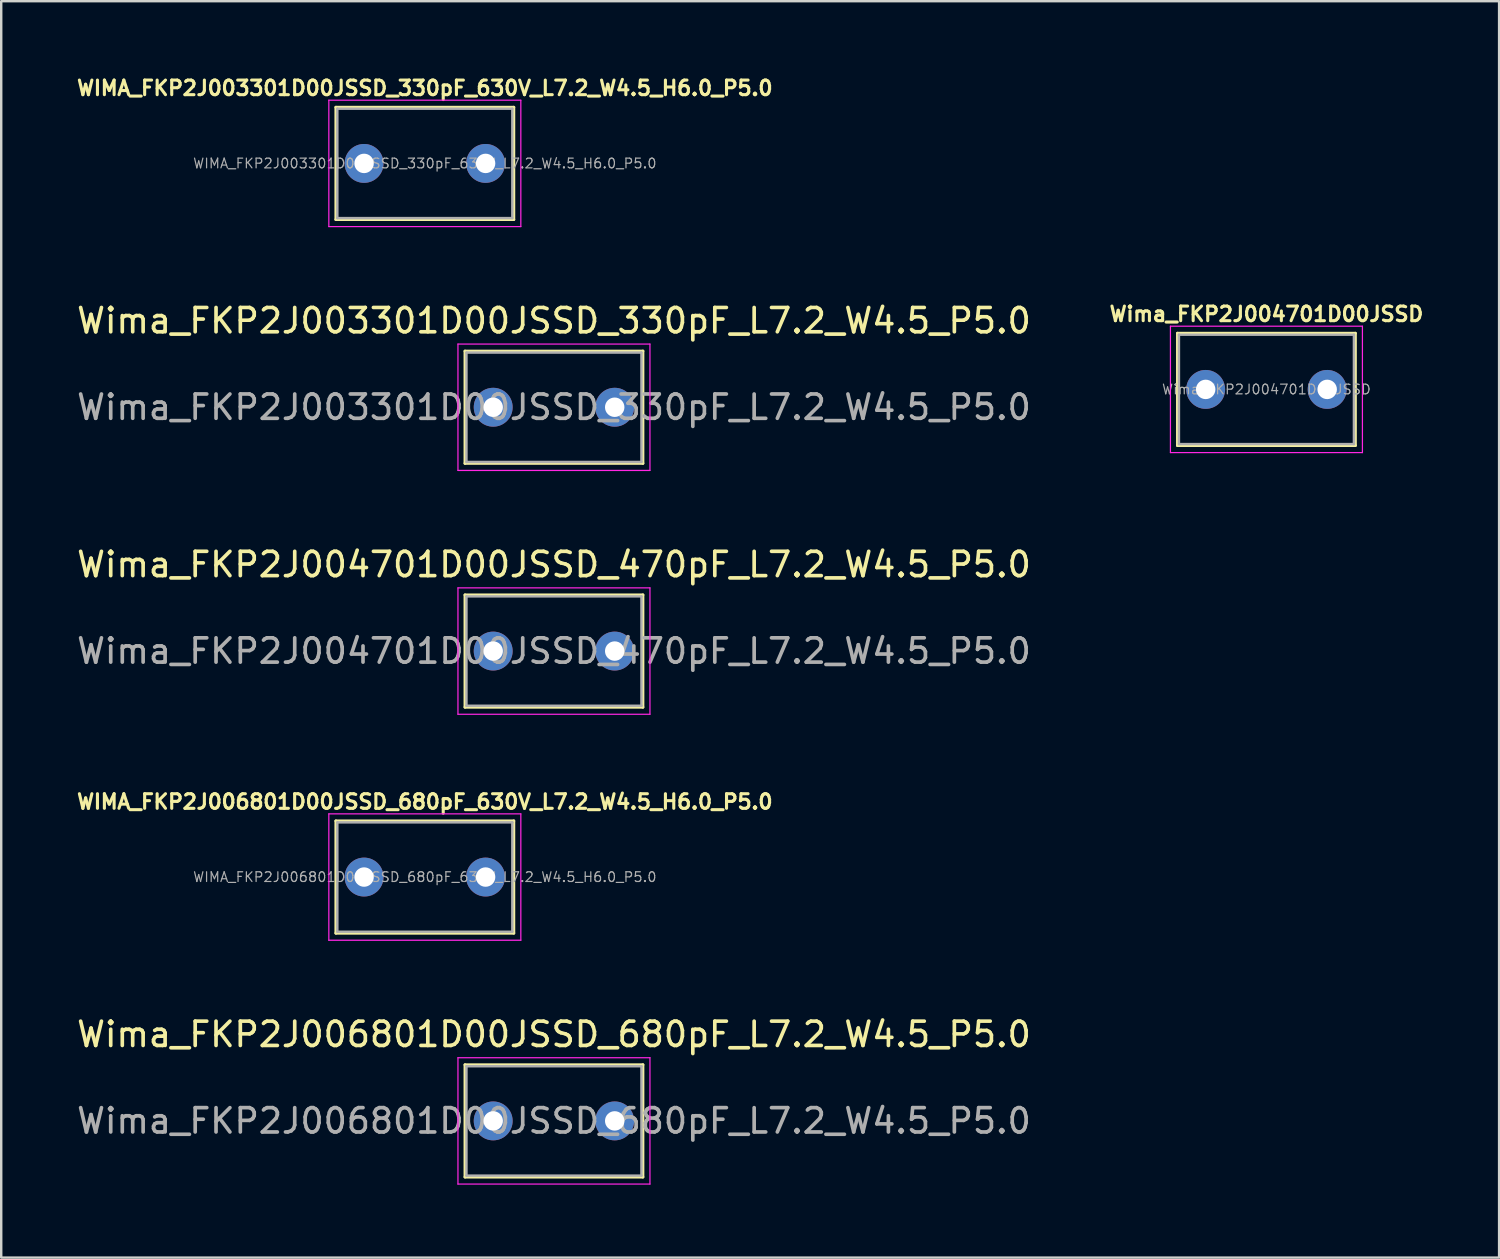
<source format=kicad_pcb>
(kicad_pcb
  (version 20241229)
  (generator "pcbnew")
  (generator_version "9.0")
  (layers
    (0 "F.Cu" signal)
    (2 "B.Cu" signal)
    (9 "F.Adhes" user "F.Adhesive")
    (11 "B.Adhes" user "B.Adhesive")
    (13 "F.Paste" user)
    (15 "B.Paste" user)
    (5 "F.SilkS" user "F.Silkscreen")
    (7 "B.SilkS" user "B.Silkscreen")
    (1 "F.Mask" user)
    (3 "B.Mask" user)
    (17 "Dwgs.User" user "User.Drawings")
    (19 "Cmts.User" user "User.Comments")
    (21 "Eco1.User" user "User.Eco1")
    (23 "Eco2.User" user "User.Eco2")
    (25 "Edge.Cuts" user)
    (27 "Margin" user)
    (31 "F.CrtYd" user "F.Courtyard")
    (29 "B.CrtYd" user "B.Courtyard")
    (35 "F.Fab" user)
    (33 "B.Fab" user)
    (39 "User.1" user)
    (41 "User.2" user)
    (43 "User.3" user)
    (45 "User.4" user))
  (footprint "Wima_FKP2J006801D00JSSD_680pF_L7.2_W4.5_P5.0"
    (layer "F.Cu")
    (at 17.244 43.073)
    (property "Reference" "Wima_FKP2J006801D00JSSD_680pF_L7.2_W4.5_P5.0" (at 2.5 -3.56 0) (layer "F.SilkS") (effects (font (size 1 1) (thickness 0.15))))
    (attr through_hole)
    (fp_line (start -1.16 -2.31) (end -1.16 2.31) (stroke (width 0.12) (type solid)) (layer "F.SilkS"))
    (fp_line (start -1.16 -2.31) (end 6.16 -2.31) (stroke (width 0.12) (type solid)) (layer "F.SilkS"))
    (fp_line (start -1.16 2.31) (end 6.16 2.31) (stroke (width 0.12) (type solid)) (layer "F.SilkS"))
    (fp_line (start 6.16 -2.31) (end 6.16 2.31) (stroke (width 0.12) (type solid)) (layer "F.SilkS"))
    (fp_line (start -1.45 -2.6) (end -1.45 2.6) (stroke (width 0.05) (type solid)) (layer "F.CrtYd"))
    (fp_line (start -1.45 2.6) (end 6.45 2.6) (stroke (width 0.05) (type solid)) (layer "F.CrtYd"))
    (fp_line (start 6.45 -2.6) (end -1.45 -2.6) (stroke (width 0.05) (type solid)) (layer "F.CrtYd"))
    (fp_line (start 6.45 2.6) (end 6.45 -2.6) (stroke (width 0.05) (type solid)) (layer "F.CrtYd"))
    (fp_line (start -1.1 -2.25) (end -1.1 2.25) (stroke (width 0.1) (type solid)) (layer "F.Fab"))
    (fp_line (start -1.1 2.25) (end 6.1 2.25) (stroke (width 0.1) (type solid)) (layer "F.Fab"))
    (fp_line (start 6.1 -2.25) (end -1.1 -2.25) (stroke (width 0.1) (type solid)) (layer "F.Fab"))
    (fp_line (start 6.1 2.25) (end 6.1 -2.25) (stroke (width 0.1) (type solid)) (layer "F.Fab"))
    (fp_text user "${REFERENCE}" (at 2.5 0 0) (layer "F.Fab") (effects (font (size 1 1) (thickness 0.15))))
    (pad "1" thru_hole circle (at 0 0) (size 1.6 1.6) (drill 0.8) (layers "*.Cu" "*.Mask"))
    (pad "2" thru_hole circle (at 5 0) (size 1.6 1.6) (drill 0.8) (layers "*.Cu" "*.Mask")))
  (footprint "Wima_FKP2J004701D00JSSD_470pF_L7.2_W4.5_P5.0"
    (layer "F.Cu")
    (at 17.244 23.74)
    (property "Reference" "Wima_FKP2J004701D00JSSD_470pF_L7.2_W4.5_P5.0" (at 2.5 -3.56 0) (layer "F.SilkS") (effects (font (size 1 1) (thickness 0.15))))
    (attr through_hole)
    (fp_line (start -1.16 -2.31) (end -1.16 2.31) (stroke (width 0.12) (type solid)) (layer "F.SilkS"))
    (fp_line (start -1.16 -2.31) (end 6.16 -2.31) (stroke (width 0.12) (type solid)) (layer "F.SilkS"))
    (fp_line (start -1.16 2.31) (end 6.16 2.31) (stroke (width 0.12) (type solid)) (layer "F.SilkS"))
    (fp_line (start 6.16 -2.31) (end 6.16 2.31) (stroke (width 0.12) (type solid)) (layer "F.SilkS"))
    (fp_line (start -1.45 -2.6) (end -1.45 2.6) (stroke (width 0.05) (type solid)) (layer "F.CrtYd"))
    (fp_line (start -1.45 2.6) (end 6.45 2.6) (stroke (width 0.05) (type solid)) (layer "F.CrtYd"))
    (fp_line (start 6.45 -2.6) (end -1.45 -2.6) (stroke (width 0.05) (type solid)) (layer "F.CrtYd"))
    (fp_line (start 6.45 2.6) (end 6.45 -2.6) (stroke (width 0.05) (type solid)) (layer "F.CrtYd"))
    (fp_line (start -1.1 -2.25) (end -1.1 2.25) (stroke (width 0.1) (type solid)) (layer "F.Fab"))
    (fp_line (start -1.1 2.25) (end 6.1 2.25) (stroke (width 0.1) (type solid)) (layer "F.Fab"))
    (fp_line (start 6.1 -2.25) (end -1.1 -2.25) (stroke (width 0.1) (type solid)) (layer "F.Fab"))
    (fp_line (start 6.1 2.25) (end 6.1 -2.25) (stroke (width 0.1) (type solid)) (layer "F.Fab"))
    (fp_text user "${REFERENCE}" (at 2.5 0 0) (layer "F.Fab") (effects (font (size 1 1) (thickness 0.15))))
    (pad "1" thru_hole circle (at 0 0) (size 1.6 1.6) (drill 0.8) (layers "*.Cu" "*.Mask"))
    (pad "2" thru_hole circle (at 5 0) (size 1.6 1.6) (drill 0.8) (layers "*.Cu" "*.Mask")))
  (footprint "WIMA_FKP2J003301D00JSSD_330pF_630V_L7.2_W4.5_H6.0_P5.0"
    (layer "F.Cu")
    (at 14.431 3.674)
    (property "Reference" "WIMA_FKP2J003301D00JSSD_330pF_630V_L7.2_W4.5_H6.0_P5.0" (at 0 -3.1 0) (layer "F.SilkS") (effects (font (size 0.6 0.6) (thickness 0.127))))
    (attr through_hole)
    (fp_line (start -3.66 -2.31) (end -3.66 2.31) (stroke (width 0.12) (type solid)) (layer "F.SilkS"))
    (fp_line (start -3.66 -2.31) (end 3.66 -2.31) (stroke (width 0.12) (type solid)) (layer "F.SilkS"))
    (fp_line (start -3.66 2.31) (end 3.66 2.31) (stroke (width 0.12) (type solid)) (layer "F.SilkS"))
    (fp_line (start 3.66 -2.31) (end 3.66 2.31) (stroke (width 0.12) (type solid)) (layer "F.SilkS"))
    (fp_line (start -3.95 -2.6) (end -3.95 2.6) (stroke (width 0.05) (type solid)) (layer "F.CrtYd"))
    (fp_line (start -3.95 2.6) (end 3.95 2.6) (stroke (width 0.05) (type solid)) (layer "F.CrtYd"))
    (fp_line (start 3.95 -2.6) (end -3.95 -2.6) (stroke (width 0.05) (type solid)) (layer "F.CrtYd"))
    (fp_line (start 3.95 2.6) (end 3.95 -2.6) (stroke (width 0.05) (type solid)) (layer "F.CrtYd"))
    (fp_line (start -3.6 -2.25) (end -3.6 2.25) (stroke (width 0.1) (type solid)) (layer "F.Fab"))
    (fp_line (start -3.6 2.25) (end 3.6 2.25) (stroke (width 0.1) (type solid)) (layer "F.Fab"))
    (fp_line (start 3.6 -2.25) (end -3.6 -2.25) (stroke (width 0.1) (type solid)) (layer "F.Fab"))
    (fp_line (start 3.6 2.25) (end 3.6 -2.25) (stroke (width 0.1) (type solid)) (layer "F.Fab"))
    (fp_text user "${REFERENCE}" (at 0 0 0) (layer "F.Fab") (effects (font (size 0.4 0.4) (thickness 0.05))))
    (pad "1" thru_hole circle (at -2.5 0) (size 1.6 1.6) (drill 0.8) (layers "*.Cu" "*.Mask"))
    (pad "2" thru_hole circle (at 2.5 0) (size 1.6 1.6) (drill 0.8) (layers "*.Cu" "*.Mask")))
  (footprint "Wima_FKP2J004701D00JSSD"
    (layer "F.Cu")
    (at 49.061 12.973)
    (property "Reference" "Wima_FKP2J004701D00JSSD" (at 0 -3.1 0) (layer "F.SilkS") (effects (font (size 0.6 0.6) (thickness 0.127))))
    (attr through_hole)
    (fp_line (start -3.66 -2.31) (end -3.66 2.31) (stroke (width 0.12) (type solid)) (layer "F.SilkS"))
    (fp_line (start -3.66 -2.31) (end 3.66 -2.31) (stroke (width 0.12) (type solid)) (layer "F.SilkS"))
    (fp_line (start -3.66 2.31) (end 3.66 2.31) (stroke (width 0.12) (type solid)) (layer "F.SilkS"))
    (fp_line (start 3.66 -2.31) (end 3.66 2.31) (stroke (width 0.12) (type solid)) (layer "F.SilkS"))
    (fp_line (start -3.95 -2.6) (end -3.95 2.6) (stroke (width 0.05) (type solid)) (layer "F.CrtYd"))
    (fp_line (start -3.95 2.6) (end 3.95 2.6) (stroke (width 0.05) (type solid)) (layer "F.CrtYd"))
    (fp_line (start 3.95 -2.6) (end -3.95 -2.6) (stroke (width 0.05) (type solid)) (layer "F.CrtYd"))
    (fp_line (start 3.95 2.6) (end 3.95 -2.6) (stroke (width 0.05) (type solid)) (layer "F.CrtYd"))
    (fp_line (start -3.6 -2.25) (end -3.6 2.25) (stroke (width 0.1) (type solid)) (layer "F.Fab"))
    (fp_line (start -3.6 2.25) (end 3.6 2.25) (stroke (width 0.1) (type solid)) (layer "F.Fab"))
    (fp_line (start 3.6 -2.25) (end -3.6 -2.25) (stroke (width 0.1) (type solid)) (layer "F.Fab"))
    (fp_line (start 3.6 2.25) (end 3.6 -2.25) (stroke (width 0.1) (type solid)) (layer "F.Fab"))
    (fp_text user "${REFERENCE}" (at 0 0 0) (layer "F.Fab") (effects (font (size 0.4 0.4) (thickness 0.05))))
    (pad "1" thru_hole circle (at -2.5 0) (size 1.6 1.6) (drill 0.8) (layers "*.Cu" "*.Mask"))
    (pad "2" thru_hole circle (at 2.5 0) (size 1.6 1.6) (drill 0.8) (layers "*.Cu" "*.Mask")))
  (footprint "WIMA_FKP2J006801D00JSSD_680pF_630V_L7.2_W4.5_H6.0_P5.0"
    (layer "F.Cu")
    (at 14.431 33.039)
    (property "Reference" "WIMA_FKP2J006801D00JSSD_680pF_630V_L7.2_W4.5_H6.0_P5.0" (at 0 -3.1 0) (layer "F.SilkS") (effects (font (size 0.6 0.6) (thickness 0.127))))
    (attr through_hole)
    (fp_line (start -3.66 -2.31) (end -3.66 2.31) (stroke (width 0.12) (type solid)) (layer "F.SilkS"))
    (fp_line (start -3.66 -2.31) (end 3.66 -2.31) (stroke (width 0.12) (type solid)) (layer "F.SilkS"))
    (fp_line (start -3.66 2.31) (end 3.66 2.31) (stroke (width 0.12) (type solid)) (layer "F.SilkS"))
    (fp_line (start 3.66 -2.31) (end 3.66 2.31) (stroke (width 0.12) (type solid)) (layer "F.SilkS"))
    (fp_line (start -3.95 -2.6) (end -3.95 2.6) (stroke (width 0.05) (type solid)) (layer "F.CrtYd"))
    (fp_line (start -3.95 2.6) (end 3.95 2.6) (stroke (width 0.05) (type solid)) (layer "F.CrtYd"))
    (fp_line (start 3.95 -2.6) (end -3.95 -2.6) (stroke (width 0.05) (type solid)) (layer "F.CrtYd"))
    (fp_line (start 3.95 2.6) (end 3.95 -2.6) (stroke (width 0.05) (type solid)) (layer "F.CrtYd"))
    (fp_line (start -3.6 -2.25) (end -3.6 2.25) (stroke (width 0.1) (type solid)) (layer "F.Fab"))
    (fp_line (start -3.6 2.25) (end 3.6 2.25) (stroke (width 0.1) (type solid)) (layer "F.Fab"))
    (fp_line (start 3.6 -2.25) (end -3.6 -2.25) (stroke (width 0.1) (type solid)) (layer "F.Fab"))
    (fp_line (start 3.6 2.25) (end 3.6 -2.25) (stroke (width 0.1) (type solid)) (layer "F.Fab"))
    (fp_text user "${REFERENCE}" (at 0 0 0) (layer "F.Fab") (effects (font (size 0.4 0.4) (thickness 0.05))))
    (pad "1" thru_hole circle (at -2.5 0) (size 1.6 1.6) (drill 0.8) (layers "*.Cu" "*.Mask"))
    (pad "2" thru_hole circle (at 2.5 0) (size 1.6 1.6) (drill 0.8) (layers "*.Cu" "*.Mask")))
  (footprint "Wima_FKP2J003301D00JSSD_330pF_L7.2_W4.5_P5.0"
    (layer "F.Cu")
    (at 17.244 13.707)
    (property "Reference" "Wima_FKP2J003301D00JSSD_330pF_L7.2_W4.5_P5.0" (at 2.5 -3.56 0) (layer "F.SilkS") (effects (font (size 1 1) (thickness 0.15))))
    (attr through_hole)
    (fp_line (start -1.16 -2.31) (end -1.16 2.31) (stroke (width 0.12) (type solid)) (layer "F.SilkS"))
    (fp_line (start -1.16 -2.31) (end 6.16 -2.31) (stroke (width 0.12) (type solid)) (layer "F.SilkS"))
    (fp_line (start -1.16 2.31) (end 6.16 2.31) (stroke (width 0.12) (type solid)) (layer "F.SilkS"))
    (fp_line (start 6.16 -2.31) (end 6.16 2.31) (stroke (width 0.12) (type solid)) (layer "F.SilkS"))
    (fp_line (start -1.45 -2.6) (end -1.45 2.6) (stroke (width 0.05) (type solid)) (layer "F.CrtYd"))
    (fp_line (start -1.45 2.6) (end 6.45 2.6) (stroke (width 0.05) (type solid)) (layer "F.CrtYd"))
    (fp_line (start 6.45 -2.6) (end -1.45 -2.6) (stroke (width 0.05) (type solid)) (layer "F.CrtYd"))
    (fp_line (start 6.45 2.6) (end 6.45 -2.6) (stroke (width 0.05) (type solid)) (layer "F.CrtYd"))
    (fp_line (start -1.1 -2.25) (end -1.1 2.25) (stroke (width 0.1) (type solid)) (layer "F.Fab"))
    (fp_line (start -1.1 2.25) (end 6.1 2.25) (stroke (width 0.1) (type solid)) (layer "F.Fab"))
    (fp_line (start 6.1 -2.25) (end -1.1 -2.25) (stroke (width 0.1) (type solid)) (layer "F.Fab"))
    (fp_line (start 6.1 2.25) (end 6.1 -2.25) (stroke (width 0.1) (type solid)) (layer "F.Fab"))
    (fp_text user "${REFERENCE}" (at 2.5 0 0) (layer "F.Fab") (effects (font (size 1 1) (thickness 0.15))))
    (pad "1" thru_hole circle (at 0 0) (size 1.6 1.6) (drill 0.8) (layers "*.Cu" "*.Mask"))
    (pad "2" thru_hole circle (at 5 0) (size 1.6 1.6) (drill 0.8) (layers "*.Cu" "*.Mask")))
  (gr_rect
    (start -3 -3)
    (end 58.635 48.698)
    (stroke (width 0.1) (type default))
    (fill no)
    (layer "Edge.Cuts")))
</source>
